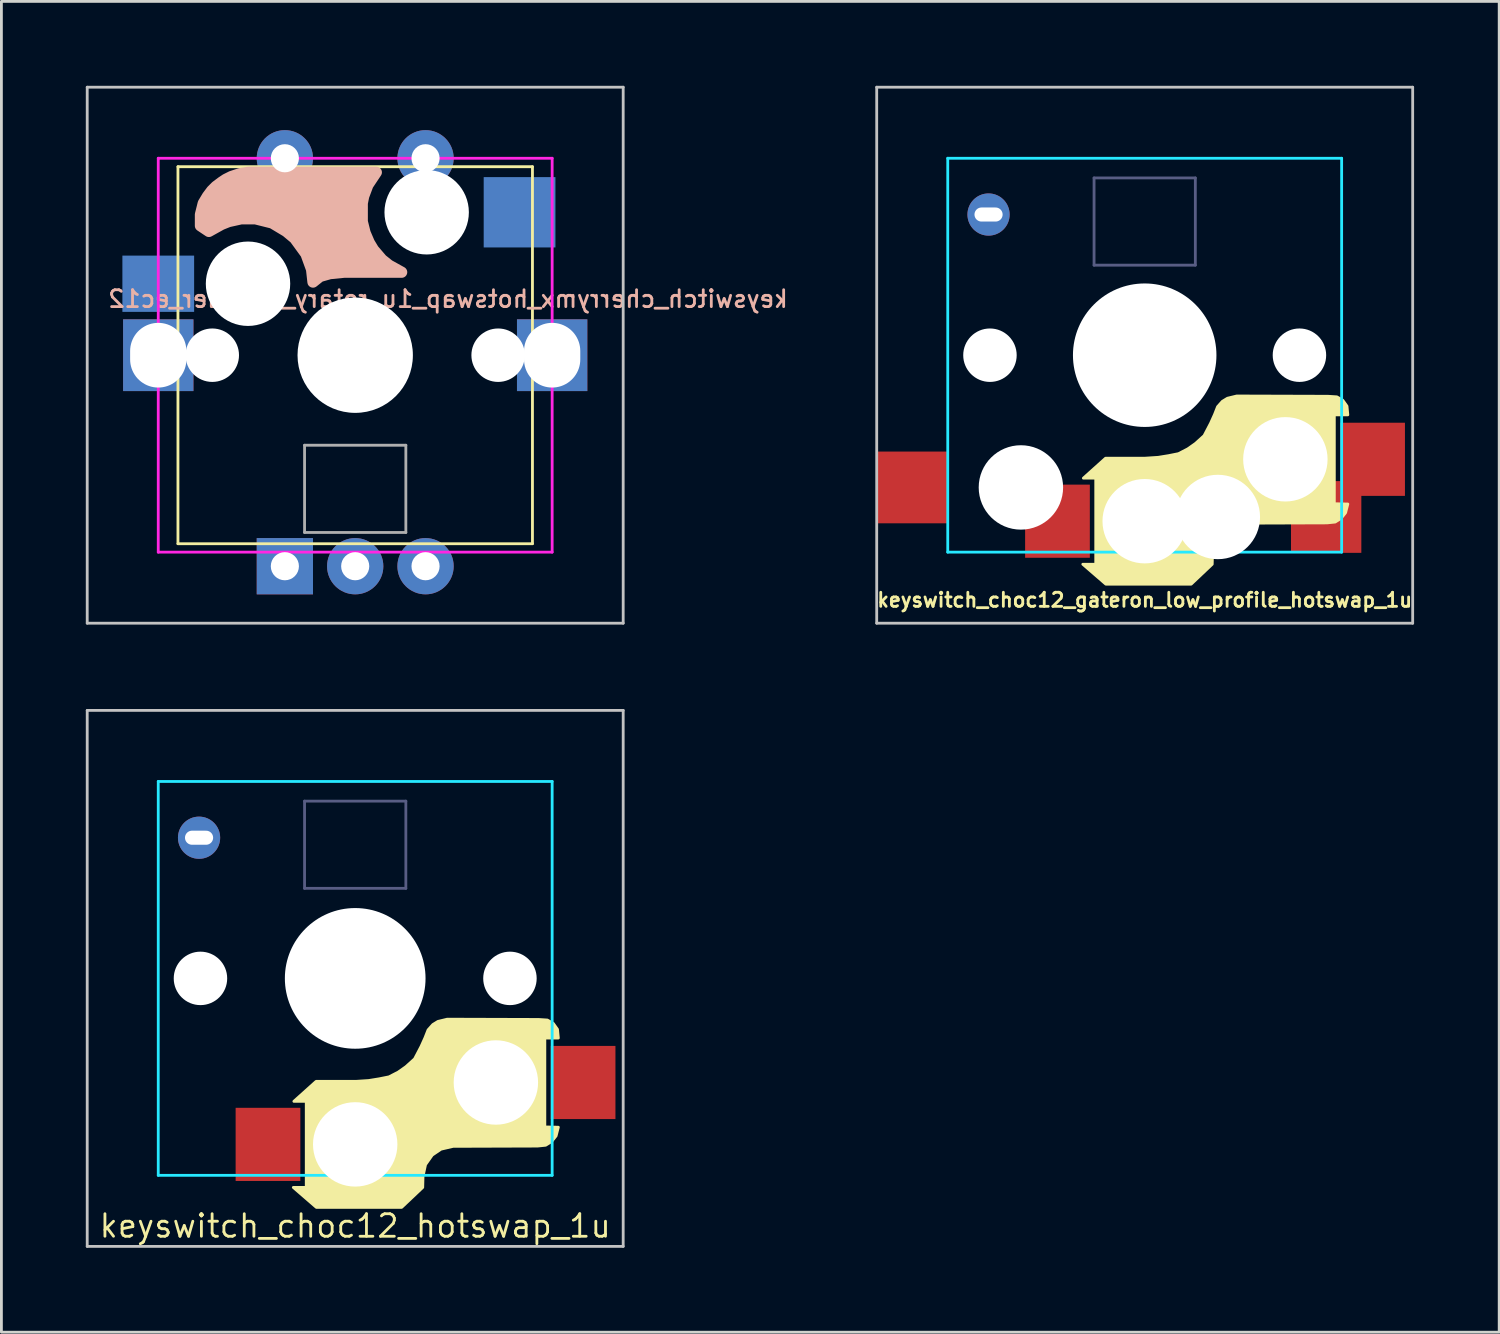
<source format=kicad_pcb>
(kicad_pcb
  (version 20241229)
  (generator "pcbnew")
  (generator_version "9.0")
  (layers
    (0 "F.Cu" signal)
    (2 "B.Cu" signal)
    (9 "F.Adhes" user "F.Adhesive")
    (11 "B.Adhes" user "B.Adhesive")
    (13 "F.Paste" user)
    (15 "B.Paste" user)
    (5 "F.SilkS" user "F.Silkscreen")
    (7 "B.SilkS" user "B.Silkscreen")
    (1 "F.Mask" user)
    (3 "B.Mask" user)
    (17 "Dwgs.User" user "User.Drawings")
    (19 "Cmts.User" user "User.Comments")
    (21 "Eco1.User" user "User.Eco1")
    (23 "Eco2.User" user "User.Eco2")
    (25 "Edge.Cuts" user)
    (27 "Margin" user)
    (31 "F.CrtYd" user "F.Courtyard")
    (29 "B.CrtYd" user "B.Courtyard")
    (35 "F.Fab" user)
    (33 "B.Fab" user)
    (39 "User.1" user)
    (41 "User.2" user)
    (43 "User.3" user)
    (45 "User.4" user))
  (footprint "keyswitch_choc12_hotswap_1u"
    (layer "F.Cu")
    (at 9.575 31.725)
    (property "Reference" "keyswitch_choc12_hotswap_1u" (at 0 8.8 0) (layer "F.SilkS") (effects (font (size 0.8 0.8) (thickness 0.1) (bold yes))))
    (attr smd)
    (fp_poly (pts (xy 1.8 3.14) (xy 2.11 2.86) (xy 2.34 2.42) (xy 2.48 2.11) (xy 2.59 1.83) (xy 2.76 1.64) (xy 2.94 1.53) (xy 3.27 1.45) (xy 6.52 1.46) (xy 6.83 1.48) (xy 7.04 1.6) (xy 7.19 1.81) (xy 7.22 2.12) (xy 6.74 2.12) (xy 6.74 5.28) (xy 7.22 5.29) (xy 7.14 5.6) (xy 6.98 5.8) (xy 6.77 5.93) (xy 6.48 5.96) (xy 3.48 5.97) (xy 3.05 6.07) (xy 2.74 6.28) (xy 2.5 6.62) (xy 2.41 7.04) (xy 2.4 7.43) (xy 1.65 8.14) (xy -1.38 8.14) (xy -2.2 7.43) (xy -1.74 7.43) (xy -1.74 4.37) (xy -2.18 4.37) (xy -1.39 3.66) (xy 0.02 3.66) (xy 0.48 3.63) (xy 0.85 3.57) (xy 1.2 3.5) (xy 1.53 3.33)) (stroke (width 0.1) (type solid)) (fill yes) (layer "F.SilkS"))
    (fp_line (start -9.525 -9.525) (end -9.525 9.525) (stroke (width 0.1) (type solid)) (layer "Dwgs.User"))
    (fp_line (start -9.525 9.525) (end 9.525 9.525) (stroke (width 0.1) (type solid)) (layer "Dwgs.User"))
    (fp_line (start 9.525 -9.525) (end -9.525 -9.525) (stroke (width 0.1) (type solid)) (layer "Dwgs.User"))
    (fp_line (start 9.525 9.525) (end 9.525 -9.525) (stroke (width 0.1) (type solid)) (layer "Dwgs.User"))
    (fp_line (start -7 -7) (end -7 7) (stroke (width 0.1) (type solid)) (layer "B.CrtYd"))
    (fp_line (start -7 7) (end 7 7) (stroke (width 0.1) (type solid)) (layer "B.CrtYd"))
    (fp_line (start 7 -7) (end -7 -7) (stroke (width 0.1) (type solid)) (layer "B.CrtYd"))
    (fp_line (start 7 7) (end 7 -7) (stroke (width 0.1) (type solid)) (layer "B.CrtYd"))
    (fp_line (start -1.8 -6.3) (end 1.8 -6.3) (stroke (width 0.1) (type default)) (layer "B.Fab"))
    (fp_line (start -1.8 -3.2) (end -1.8 -6.3) (stroke (width 0.1) (type default)) (layer "B.Fab"))
    (fp_line (start -1.8 -3.2) (end 1.8 -3.2) (stroke (width 0.1) (type default)) (layer "B.Fab"))
    (fp_line (start 1.8 -3.2) (end 1.8 -6.3) (stroke (width 0.1) (type default)) (layer "B.Fab"))
    (pad "" thru_hole circle (at -5.55 -5) (size 1.5 1.5) (drill oval 1 0.5) (layers "*.Cu" "F.Mask"))
    (pad "" np_thru_hole circle (at -5.5 0 270) (size 1.9 1.9) (drill 1.9) (layers "*.Cu" "*.Mask"))
    (pad "" np_thru_hole circle (at 0 0 270) (size 5 5) (drill 5) (layers "*.Cu" "*.Mask"))
    (pad "" np_thru_hole circle (at 0 5.9 270) (size 3 3) (drill 3) (layers "*.Cu" "*.Mask"))
    (pad "" np_thru_hole circle (at 5 3.7 270) (size 3 3) (drill 3) (layers "*.Cu" "*.Mask"))
    (pad "" np_thru_hole circle (at 5.5 0 270) (size 1.9 1.9) (drill 1.9) (layers "*.Cu" "*.Mask"))
    (pad "1" smd rect (at 8.1 3.7 180) (size 2.3 2.6) (layers "F.Cu" "F.Mask" "F.Paste"))
    (pad "2" smd rect (at -3.1 5.9 180) (size 2.3 2.6) (layers "F.Cu" "F.Mask" "F.Paste")))
  (footprint "keyswitch_cherrymx_hotswap_1u_rotary_encoder_ec12"
    (layer "F.Cu")
    (at 9.575 9.575)
    (property "Reference" "keyswitch_cherrymx_hotswap_1u_rotary_encoder_ec12" (at 3.3 -2 0) (layer "B.SilkS") (effects (font (size 0.6 0.6) (thickness 0.1) (bold yes)) (justify mirror)))
    (attr through_hole)
    (fp_line (start -6.3 -6.7) (end -6.3 6.7) (stroke (width 0.1) (type default)) (layer "F.SilkS"))
    (fp_line (start 6.3 -6.7) (end -6.3 -6.7) (stroke (width 0.1) (type default)) (layer "F.SilkS"))
    (fp_line (start 6.3 -6.7) (end 6.3 6.7) (stroke (width 0.1) (type default)) (layer "F.SilkS"))
    (fp_line (start 6.3 6.7) (end -6.3 6.7) (stroke (width 0.1) (type default)) (layer "F.SilkS"))
    (fp_poly (pts (xy -3.6 -6.5) (xy -3.8 -6.5) (xy -4.1 -6.45) (xy -4.4 -6.35) (xy -4.6 -6.25) (xy -4.75 -6.15) (xy -4.95 -6) (xy -5.1 -5.85) (xy -5.25 -5.65) (xy -5.4 -5.4) (xy -5.5 -5) (xy -5.5 -4.6) (xy -5.35 -4.5) (xy -5.2 -4.4) (xy -4.75 -4.65) (xy -4.5 -4.75) (xy -4.05 -4.85) (xy -3.55 -4.85) (xy -2.95 -4.7) (xy -2.45 -4.4) (xy -2.15 -4.15) (xy -1.75 -3.6) (xy -1.55 -3.05) (xy -1.5 -2.6) (xy -1.25 -2.8) (xy -0.9 -2.9) (xy -0.4 -2.95) (xy 1.65 -2.95) (xy 1.2 -3.2) (xy 0.95 -3.4) (xy 0.65 -3.75) (xy 0.5 -4) (xy 0.35 -4.35) (xy 0.25 -4.75) (xy 0.25 -5.05) (xy 0.25 -5.4) (xy 0.3 -5.65) (xy 0.45 -6.05) (xy 0.75 -6.5)) (stroke (width 0.4) (type solid)) (fill yes) (layer "B.SilkS"))
    (fp_line (start -9.525 -9.525) (end 9.525 -9.525) (stroke (width 0.1) (type solid)) (layer "Dwgs.User"))
    (fp_line (start -9.525 9.525) (end -9.525 -9.525) (stroke (width 0.1) (type solid)) (layer "Dwgs.User"))
    (fp_line (start 9.525 -9.525) (end 9.525 9.525) (stroke (width 0.1) (type solid)) (layer "Dwgs.User"))
    (fp_line (start 9.525 9.525) (end -9.525 9.525) (stroke (width 0.1) (type solid)) (layer "Dwgs.User"))
    (fp_line (start -7 -7) (end -7 7) (stroke (width 0.1) (type default)) (layer "F.CrtYd"))
    (fp_line (start -7 -7) (end 7 -7) (stroke (width 0.1) (type default)) (layer "F.CrtYd"))
    (fp_line (start -7 7) (end 7 7) (stroke (width 0.1) (type default)) (layer "F.CrtYd"))
    (fp_line (start 7 7) (end 7 -7) (stroke (width 0.1) (type default)) (layer "F.CrtYd"))
    (fp_line (start -1.8 3.2) (end -1.8 6.3) (stroke (width 0.1) (type default)) (layer "F.Fab"))
    (fp_line (start -1.8 3.2) (end 1.8 3.2) (stroke (width 0.1) (type default)) (layer "F.Fab"))
    (fp_line (start -1.8 6.3) (end 1.8 6.3) (stroke (width 0.1) (type default)) (layer "F.Fab"))
    (fp_line (start 1.8 3.2) (end 1.8 6.3) (stroke (width 0.1) (type default)) (layer "F.Fab"))
    (pad "" np_thru_hole circle (at -5.08 0) (size 1.9 1.9) (drill 1.9) (layers "*.Cu" "*.Mask"))
    (pad "" np_thru_hole circle (at -3.81 -2.54) (size 3 3) (drill 3) (layers "*.Cu" "*.Mask"))
    (pad "" np_thru_hole circle (at 0 0 90) (size 4.1 4.1) (drill 4.1) (layers "*.Cu" "*.Mask"))
    (pad "" np_thru_hole circle (at 2.54 -5.08) (size 3 3) (drill 3) (layers "*.Cu" "*.Mask"))
    (pad "" np_thru_hole circle (at 5.08 0) (size 1.9 1.9) (drill 1.9) (layers "*.Cu" "*.Mask"))
    (pad "A" thru_hole rect (at -2.5 7.5) (size 2 2) (drill 1) (layers "*.Cu" "*.Mask"))
    (pad "B" thru_hole circle (at 0 7.5) (size 2 2) (drill 1) (layers "*.Cu" "*.Mask"))
    (pad "C" thru_hole circle (at 2.5 7.5) (size 2 2) (drill 1) (layers "*.Cu" "*.Mask"))
    (pad "MP" thru_hole rect (at -7 0 90) (size 2.55 2.5) (drill oval 2.3 2) (layers "*.Cu" "*.Mask"))
    (pad "MP" thru_hole rect (at 7 0 90) (size 2.55 2.5) (drill oval 2.3 2) (layers "*.Cu" "*.Mask"))
    (pad "S1" thru_hole circle (at 2.5 -7) (size 2 2) (drill 1) (layers "*.Cu" "*.Mask"))
    (pad "S1" smd rect (at 5.842 -5.08 180) (size 2.55 2.5) (layers "B.Cu" "B.Mask" "B.Paste"))
    (pad "S2" smd rect (at -7 -2.54 180) (size 2.55 2) (layers "B.Cu" "B.Mask" "B.Paste"))
    (pad "S2" thru_hole circle (at -2.5 -7) (size 2 2) (drill 1) (layers "*.Cu" "*.Mask")))
  (footprint "keyswitch_choc12_gateron_low_profile_hotswap_1u"
    (layer "F.Cu")
    (at 37.636 9.575)
    (property "Reference" "keyswitch_choc12_gateron_low_profile_hotswap_1u" (at 0 8.7 0) (layer "F.SilkS") (effects (font (size 0.5 0.5) (thickness 0.1) (bold yes))))
    (attr smd)
    (fp_poly (pts (xy 1.8 3.14) (xy 2.11 2.86) (xy 2.34 2.42) (xy 2.48 2.11) (xy 2.59 1.83) (xy 2.76 1.64) (xy 2.94 1.53) (xy 3.27 1.45) (xy 6.52 1.46) (xy 6.83 1.48) (xy 7.04 1.6) (xy 7.19 1.81) (xy 7.22 2.12) (xy 6.74 2.12) (xy 6.74 5.28) (xy 7.22 5.29) (xy 7.14 5.6) (xy 6.98 5.8) (xy 6.77 5.93) (xy 6.48 5.96) (xy 3.48 5.97) (xy 3.05 6.07) (xy 2.74 6.28) (xy 2.5 6.62) (xy 2.41 7.04) (xy 2.4 7.43) (xy 1.65 8.14) (xy -1.38 8.14) (xy -2.2 7.43) (xy -1.74 7.43) (xy -1.74 4.37) (xy -2.18 4.37) (xy -1.39 3.66) (xy 0.02 3.66) (xy 0.48 3.63) (xy 0.85 3.57) (xy 1.2 3.5) (xy 1.53 3.33)) (stroke (width 0.1) (type solid)) (fill yes) (layer "F.SilkS"))
    (fp_line (start -9.525 -9.525) (end -9.525 9.525) (stroke (width 0.1) (type solid)) (layer "Dwgs.User"))
    (fp_line (start -9.525 9.525) (end 9.525 9.525) (stroke (width 0.1) (type solid)) (layer "Dwgs.User"))
    (fp_line (start 9.525 -9.525) (end -9.525 -9.525) (stroke (width 0.1) (type solid)) (layer "Dwgs.User"))
    (fp_line (start 9.525 9.525) (end 9.525 -9.525) (stroke (width 0.1) (type solid)) (layer "Dwgs.User"))
    (fp_line (start -7 -7) (end -7 7) (stroke (width 0.1) (type solid)) (layer "B.CrtYd"))
    (fp_line (start -7 7) (end 7 7) (stroke (width 0.1) (type solid)) (layer "B.CrtYd"))
    (fp_line (start 7 -7) (end -7 -7) (stroke (width 0.1) (type solid)) (layer "B.CrtYd"))
    (fp_line (start 7 7) (end 7 -7) (stroke (width 0.1) (type solid)) (layer "B.CrtYd"))
    (fp_line (start -1.8 -6.3) (end 1.8 -6.3) (stroke (width 0.1) (type default)) (layer "B.Fab"))
    (fp_line (start -1.8 -3.2) (end -1.8 -6.3) (stroke (width 0.1) (type default)) (layer "B.Fab"))
    (fp_line (start -1.8 -3.2) (end 1.8 -3.2) (stroke (width 0.1) (type default)) (layer "B.Fab"))
    (fp_line (start 1.8 -3.2) (end 1.8 -6.3) (stroke (width 0.1) (type default)) (layer "B.Fab"))
    (pad "" thru_hole circle (at -5.55 -5) (size 1.5 1.5) (drill oval 1 0.5) (layers "*.Cu" "F.Mask"))
    (pad "" np_thru_hole circle (at -5.5 0 270) (size 1.9 1.9) (drill 1.9) (layers "*.Cu" "*.Mask"))
    (pad "" np_thru_hole circle (at -4.4 4.7 270) (size 3 3) (drill 3) (layers "*.Cu" "*.Mask"))
    (pad "" np_thru_hole circle (at 0 0 270) (size 5.1 5.1) (drill 5.1) (layers "*.Cu" "*.Mask"))
    (pad "" np_thru_hole circle (at 0 5.9 270) (size 3 3) (drill 3) (layers "*.Cu" "*.Mask"))
    (pad "" np_thru_hole circle (at 2.6 5.75 270) (size 3 3) (drill 3) (layers "*.Cu" "*.Mask"))
    (pad "" np_thru_hole circle (at 5 3.7 270) (size 3 3) (drill 3) (layers "*.Cu" "*.Mask"))
    (pad "" np_thru_hole circle (at 5.5 0 270) (size 1.9 1.9) (drill 1.9) (layers "*.Cu" "*.Mask"))
    (pad "1" smd rect (at 6.45 5.75 180) (size 2.5 2.55) (layers "F.Cu" "F.Mask" "F.Paste"))
    (pad "1" smd rect (at 8.1 3.7 180) (size 2.3 2.6) (layers "F.Cu" "F.Mask" "F.Paste"))
    (pad "2" smd rect (at -8.25 4.7 180) (size 2.5 2.55) (layers "F.Cu" "F.Mask" "F.Paste"))
    (pad "2" smd rect (at -3.1 5.9 180) (size 2.3 2.6) (layers "F.Cu" "F.Mask" "F.Paste")))
  (gr_rect
    (start -3 -3)
    (end 50.236 44.3)
    (stroke (width 0.1) (type default))
    (fill no)
    (layer "Edge.Cuts")))
</source>
